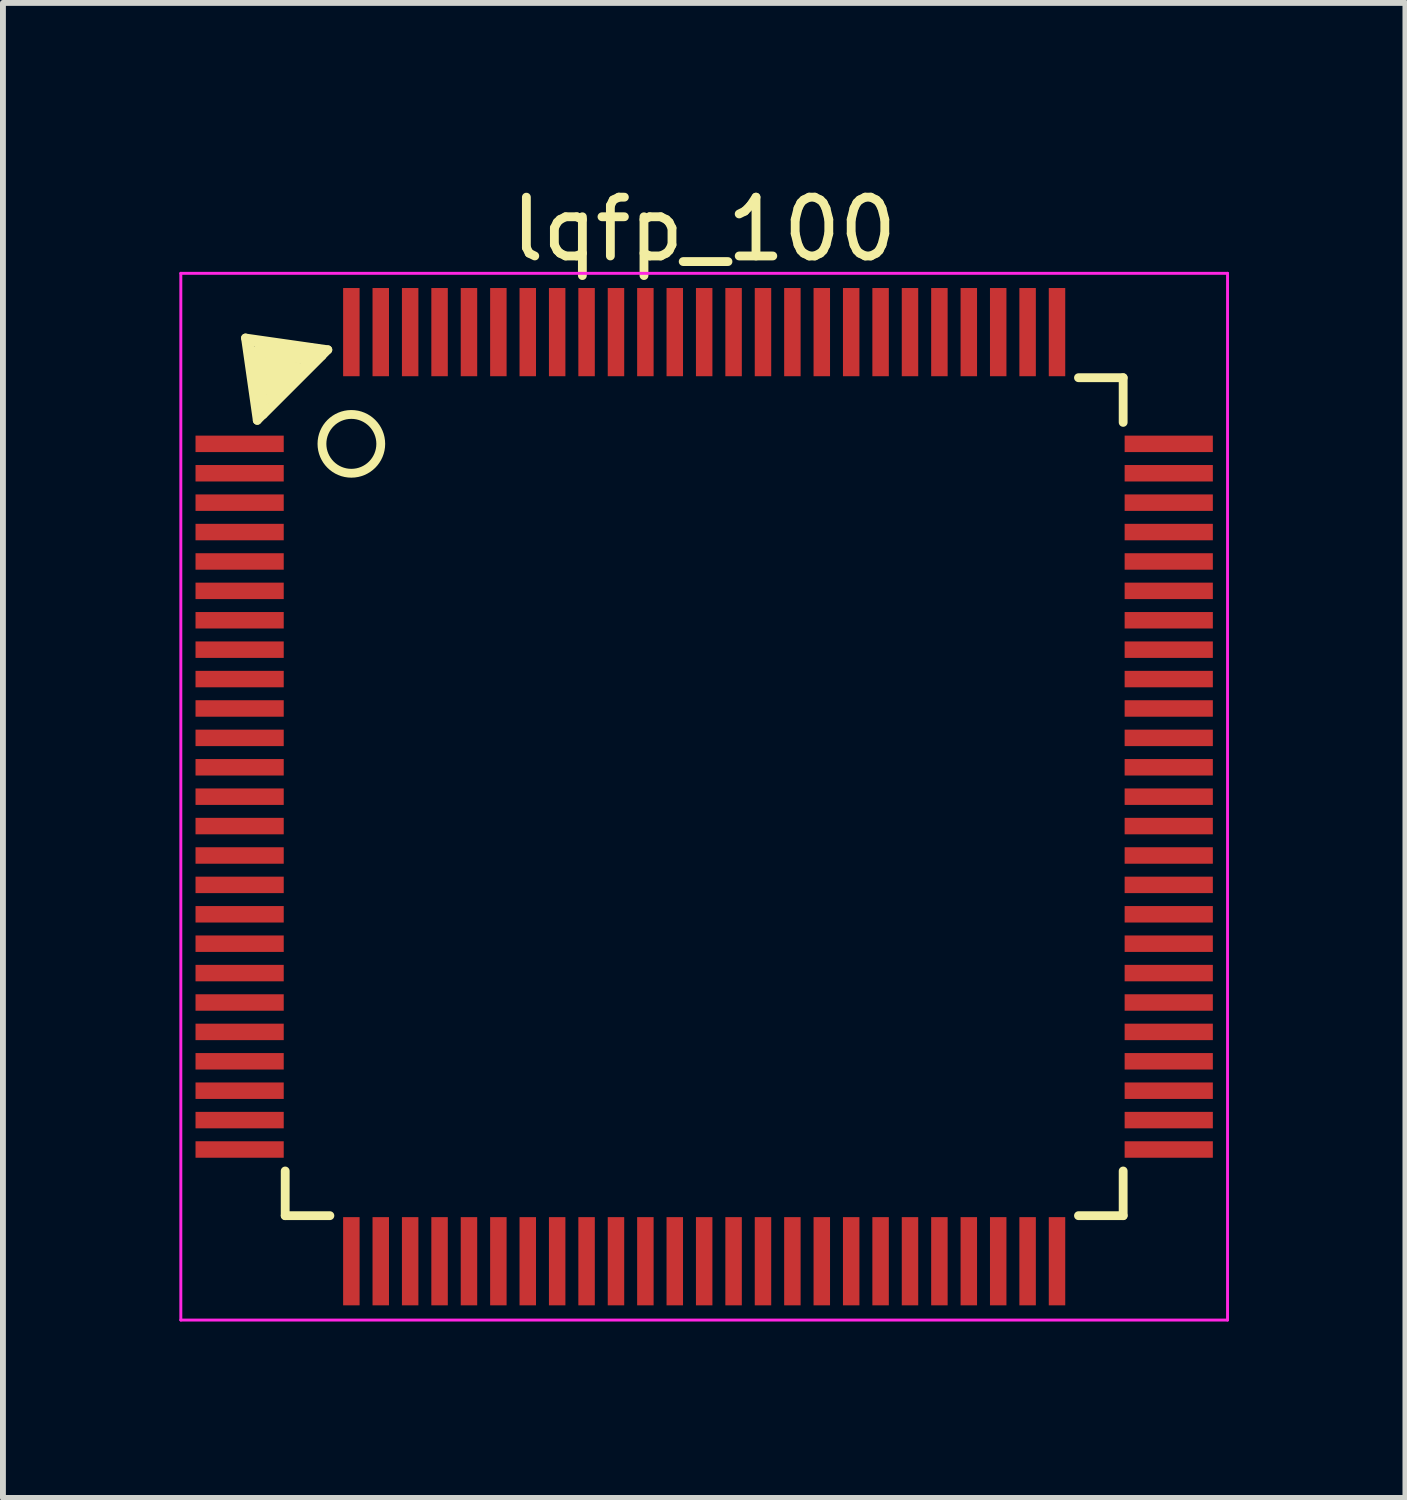
<source format=kicad_pcb>
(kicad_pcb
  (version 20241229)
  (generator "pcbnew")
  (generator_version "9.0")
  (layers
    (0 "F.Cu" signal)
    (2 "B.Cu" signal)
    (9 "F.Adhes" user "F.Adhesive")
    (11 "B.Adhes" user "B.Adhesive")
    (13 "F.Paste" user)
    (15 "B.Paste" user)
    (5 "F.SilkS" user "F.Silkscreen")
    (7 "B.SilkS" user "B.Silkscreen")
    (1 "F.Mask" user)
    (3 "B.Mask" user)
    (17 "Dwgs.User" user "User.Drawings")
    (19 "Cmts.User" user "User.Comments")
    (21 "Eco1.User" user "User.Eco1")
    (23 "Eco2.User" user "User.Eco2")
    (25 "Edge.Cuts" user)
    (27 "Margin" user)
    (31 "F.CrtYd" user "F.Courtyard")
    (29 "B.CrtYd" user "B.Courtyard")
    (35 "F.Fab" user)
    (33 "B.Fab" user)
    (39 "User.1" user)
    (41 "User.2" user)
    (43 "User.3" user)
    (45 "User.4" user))
  (footprint "lqfp_100"
    (layer "F.Cu")
    (at 8.925 10.498)
    (property "Reference" "lqfp_100" (at 0 -9.65 0) (layer "F.SilkS") (effects (font (size 1 1) (thickness 0.15))))
    (attr smd)
    (fp_line (start -7.8 -7.8) (end -7.6 -6.4) (stroke (width 0.15) (type solid)) (layer "F.SilkS"))
    (fp_line (start -7.75 -7.75) (end -7.5 -6.5) (stroke (width 0.15) (type solid)) (layer "F.SilkS"))
    (fp_line (start -7.6 -7.6) (end -6.7 -7.4) (stroke (width 0.15) (type solid)) (layer "F.SilkS"))
    (fp_line (start -7.6 -7.5) (end -6.9 -7.3) (stroke (width 0.15) (type solid)) (layer "F.SilkS"))
    (fp_line (start -7.6 -6.4) (end -6.4 -7.6) (stroke (width 0.15) (type solid)) (layer "F.SilkS"))
    (fp_line (start -7.5 -7.4) (end -7.1 -7.2) (stroke (width 0.15) (type solid)) (layer "F.SilkS"))
    (fp_line (start -7.5 -6.7) (end -7.6 -7.5) (stroke (width 0.15) (type solid)) (layer "F.SilkS"))
    (fp_line (start -7.5 -6.5) (end -6.5 -7.5) (stroke (width 0.15) (type solid)) (layer "F.SilkS"))
    (fp_line (start -7.4 -7.2) (end -7.3 -7.2) (stroke (width 0.15) (type solid)) (layer "F.SilkS"))
    (fp_line (start -7.4 -6.9) (end -7.5 -7.4) (stroke (width 0.15) (type solid)) (layer "F.SilkS"))
    (fp_line (start -7.3 -7.2) (end -7.3 -7) (stroke (width 0.15) (type solid)) (layer "F.SilkS"))
    (fp_line (start -7.3 -7.1) (end -7.4 -7.2) (stroke (width 0.15) (type solid)) (layer "F.SilkS"))
    (fp_line (start -7.125 7.125) (end -7.125 6.365) (stroke (width 0.15) (type solid)) (layer "F.SilkS"))
    (fp_line (start -7.125 7.125) (end -6.365 7.125) (stroke (width 0.15) (type solid)) (layer "F.SilkS"))
    (fp_line (start -7.1 -7.3) (end -7.3 -7.1) (stroke (width 0.15) (type solid)) (layer "F.SilkS"))
    (fp_line (start -7.1 -7.2) (end -7.1 -7.3) (stroke (width 0.15) (type solid)) (layer "F.SilkS"))
    (fp_line (start -6.9 -7.3) (end -7.4 -6.9) (stroke (width 0.15) (type solid)) (layer "F.SilkS"))
    (fp_line (start -6.7 -7.4) (end -7.5 -6.7) (stroke (width 0.15) (type solid)) (layer "F.SilkS"))
    (fp_line (start -6.5 -7.5) (end -7.75 -7.75) (stroke (width 0.15) (type solid)) (layer "F.SilkS"))
    (fp_line (start -6.4 -7.6) (end -7.8 -7.8) (stroke (width 0.15) (type solid)) (layer "F.SilkS"))
    (fp_line (start 7.125 -7.125) (end 6.365 -7.125) (stroke (width 0.15) (type solid)) (layer "F.SilkS"))
    (fp_line (start 7.125 -7.125) (end 7.125 -6.365) (stroke (width 0.15) (type solid)) (layer "F.SilkS"))
    (fp_line (start 7.125 7.125) (end 6.365 7.125) (stroke (width 0.15) (type solid)) (layer "F.SilkS"))
    (fp_line (start 7.125 7.125) (end 7.125 6.365) (stroke (width 0.15) (type solid)) (layer "F.SilkS"))
    (fp_circle (center -6 -6) (end -5.5 -6) (stroke (width 0.15) (type solid)) (fill no) (layer "F.SilkS"))
    (fp_line (start -8.9 -8.9) (end -8.9 8.9) (stroke (width 0.05) (type solid)) (layer "F.CrtYd"))
    (fp_line (start -8.9 -8.9) (end 8.9 -8.9) (stroke (width 0.05) (type solid)) (layer "F.CrtYd"))
    (fp_line (start -8.9 8.9) (end 8.9 8.9) (stroke (width 0.05) (type solid)) (layer "F.CrtYd"))
    (fp_line (start 8.9 -8.9) (end 8.9 8.9) (stroke (width 0.05) (type solid)) (layer "F.CrtYd"))
    (pad "1" smd rect (at -7.9 -6) (size 1.5 0.28) (layers "F.Cu" "F.Mask" "F.Paste"))
    (pad "2" smd rect (at -7.9 -5.5) (size 1.5 0.28) (layers "F.Cu" "F.Mask" "F.Paste"))
    (pad "3" smd rect (at -7.9 -5) (size 1.5 0.28) (layers "F.Cu" "F.Mask" "F.Paste"))
    (pad "4" smd rect (at -7.9 -4.5) (size 1.5 0.28) (layers "F.Cu" "F.Mask" "F.Paste"))
    (pad "5" smd rect (at -7.9 -4) (size 1.5 0.28) (layers "F.Cu" "F.Mask" "F.Paste"))
    (pad "6" smd rect (at -7.9 -3.5) (size 1.5 0.28) (layers "F.Cu" "F.Mask" "F.Paste"))
    (pad "7" smd rect (at -7.9 -3) (size 1.5 0.28) (layers "F.Cu" "F.Mask" "F.Paste"))
    (pad "8" smd rect (at -7.9 -2.5) (size 1.5 0.28) (layers "F.Cu" "F.Mask" "F.Paste"))
    (pad "9" smd rect (at -7.9 -2) (size 1.5 0.28) (layers "F.Cu" "F.Mask" "F.Paste"))
    (pad "10" smd rect (at -7.9 -1.5) (size 1.5 0.28) (layers "F.Cu" "F.Mask" "F.Paste"))
    (pad "11" smd rect (at -7.9 -1) (size 1.5 0.28) (layers "F.Cu" "F.Mask" "F.Paste"))
    (pad "12" smd rect (at -7.9 -0.5) (size 1.5 0.28) (layers "F.Cu" "F.Mask" "F.Paste"))
    (pad "13" smd rect (at -7.9 0) (size 1.5 0.28) (layers "F.Cu" "F.Mask" "F.Paste"))
    (pad "14" smd rect (at -7.9 0.5) (size 1.5 0.28) (layers "F.Cu" "F.Mask" "F.Paste"))
    (pad "15" smd rect (at -7.9 1) (size 1.5 0.28) (layers "F.Cu" "F.Mask" "F.Paste"))
    (pad "16" smd rect (at -7.9 1.5) (size 1.5 0.28) (layers "F.Cu" "F.Mask" "F.Paste"))
    (pad "17" smd rect (at -7.9 2) (size 1.5 0.28) (layers "F.Cu" "F.Mask" "F.Paste"))
    (pad "18" smd rect (at -7.9 2.5) (size 1.5 0.28) (layers "F.Cu" "F.Mask" "F.Paste"))
    (pad "19" smd rect (at -7.9 3) (size 1.5 0.28) (layers "F.Cu" "F.Mask" "F.Paste"))
    (pad "20" smd rect (at -7.9 3.5) (size 1.5 0.28) (layers "F.Cu" "F.Mask" "F.Paste"))
    (pad "21" smd rect (at -7.9 4) (size 1.5 0.28) (layers "F.Cu" "F.Mask" "F.Paste"))
    (pad "22" smd rect (at -7.9 4.5) (size 1.5 0.28) (layers "F.Cu" "F.Mask" "F.Paste"))
    (pad "23" smd rect (at -7.9 5) (size 1.5 0.28) (layers "F.Cu" "F.Mask" "F.Paste"))
    (pad "24" smd rect (at -7.9 5.5) (size 1.5 0.28) (layers "F.Cu" "F.Mask" "F.Paste"))
    (pad "25" smd rect (at -7.9 6) (size 1.5 0.28) (layers "F.Cu" "F.Mask" "F.Paste"))
    (pad "26" smd rect (at -6 7.9 90) (size 1.5 0.28) (layers "F.Cu" "F.Mask" "F.Paste"))
    (pad "27" smd rect (at -5.5 7.9 90) (size 1.5 0.28) (layers "F.Cu" "F.Mask" "F.Paste"))
    (pad "28" smd rect (at -5 7.9 90) (size 1.5 0.28) (layers "F.Cu" "F.Mask" "F.Paste"))
    (pad "29" smd rect (at -4.5 7.9 90) (size 1.5 0.28) (layers "F.Cu" "F.Mask" "F.Paste"))
    (pad "30" smd rect (at -4 7.9 90) (size 1.5 0.28) (layers "F.Cu" "F.Mask" "F.Paste"))
    (pad "31" smd rect (at -3.5 7.9 90) (size 1.5 0.28) (layers "F.Cu" "F.Mask" "F.Paste"))
    (pad "32" smd rect (at -3 7.9 90) (size 1.5 0.28) (layers "F.Cu" "F.Mask" "F.Paste"))
    (pad "33" smd rect (at -2.5 7.9 90) (size 1.5 0.28) (layers "F.Cu" "F.Mask" "F.Paste"))
    (pad "34" smd rect (at -2 7.9 90) (size 1.5 0.28) (layers "F.Cu" "F.Mask" "F.Paste"))
    (pad "35" smd rect (at -1.5 7.9 90) (size 1.5 0.28) (layers "F.Cu" "F.Mask" "F.Paste"))
    (pad "36" smd rect (at -1 7.9 90) (size 1.5 0.28) (layers "F.Cu" "F.Mask" "F.Paste"))
    (pad "37" smd rect (at -0.5 7.9 90) (size 1.5 0.28) (layers "F.Cu" "F.Mask" "F.Paste"))
    (pad "38" smd rect (at 0 7.9 90) (size 1.5 0.28) (layers "F.Cu" "F.Mask" "F.Paste"))
    (pad "39" smd rect (at 0.5 7.9 90) (size 1.5 0.28) (layers "F.Cu" "F.Mask" "F.Paste"))
    (pad "40" smd rect (at 1 7.9 90) (size 1.5 0.28) (layers "F.Cu" "F.Mask" "F.Paste"))
    (pad "41" smd rect (at 1.5 7.9 90) (size 1.5 0.28) (layers "F.Cu" "F.Mask" "F.Paste"))
    (pad "42" smd rect (at 2 7.9 90) (size 1.5 0.28) (layers "F.Cu" "F.Mask" "F.Paste"))
    (pad "43" smd rect (at 2.5 7.9 90) (size 1.5 0.28) (layers "F.Cu" "F.Mask" "F.Paste"))
    (pad "44" smd rect (at 3 7.9 90) (size 1.5 0.28) (layers "F.Cu" "F.Mask" "F.Paste"))
    (pad "45" smd rect (at 3.5 7.9 90) (size 1.5 0.28) (layers "F.Cu" "F.Mask" "F.Paste"))
    (pad "46" smd rect (at 4 7.9 90) (size 1.5 0.28) (layers "F.Cu" "F.Mask" "F.Paste"))
    (pad "47" smd rect (at 4.5 7.9 90) (size 1.5 0.28) (layers "F.Cu" "F.Mask" "F.Paste"))
    (pad "48" smd rect (at 5 7.9 90) (size 1.5 0.28) (layers "F.Cu" "F.Mask" "F.Paste"))
    (pad "49" smd rect (at 5.5 7.9 90) (size 1.5 0.28) (layers "F.Cu" "F.Mask" "F.Paste"))
    (pad "50" smd rect (at 6 7.9 90) (size 1.5 0.28) (layers "F.Cu" "F.Mask" "F.Paste"))
    (pad "51" smd rect (at 7.9 6) (size 1.5 0.28) (layers "F.Cu" "F.Mask" "F.Paste"))
    (pad "52" smd rect (at 7.9 5.5) (size 1.5 0.28) (layers "F.Cu" "F.Mask" "F.Paste"))
    (pad "53" smd rect (at 7.9 5) (size 1.5 0.28) (layers "F.Cu" "F.Mask" "F.Paste"))
    (pad "54" smd rect (at 7.9 4.5) (size 1.5 0.28) (layers "F.Cu" "F.Mask" "F.Paste"))
    (pad "55" smd rect (at 7.9 4) (size 1.5 0.28) (layers "F.Cu" "F.Mask" "F.Paste"))
    (pad "56" smd rect (at 7.9 3.5) (size 1.5 0.28) (layers "F.Cu" "F.Mask" "F.Paste"))
    (pad "57" smd rect (at 7.9 3) (size 1.5 0.28) (layers "F.Cu" "F.Mask" "F.Paste"))
    (pad "58" smd rect (at 7.9 2.5) (size 1.5 0.28) (layers "F.Cu" "F.Mask" "F.Paste"))
    (pad "59" smd rect (at 7.9 2) (size 1.5 0.28) (layers "F.Cu" "F.Mask" "F.Paste"))
    (pad "60" smd rect (at 7.9 1.5) (size 1.5 0.28) (layers "F.Cu" "F.Mask" "F.Paste"))
    (pad "61" smd rect (at 7.9 1) (size 1.5 0.28) (layers "F.Cu" "F.Mask" "F.Paste"))
    (pad "62" smd rect (at 7.9 0.5) (size 1.5 0.28) (layers "F.Cu" "F.Mask" "F.Paste"))
    (pad "63" smd rect (at 7.9 0) (size 1.5 0.28) (layers "F.Cu" "F.Mask" "F.Paste"))
    (pad "64" smd rect (at 7.9 -0.5) (size 1.5 0.28) (layers "F.Cu" "F.Mask" "F.Paste"))
    (pad "65" smd rect (at 7.9 -1) (size 1.5 0.28) (layers "F.Cu" "F.Mask" "F.Paste"))
    (pad "66" smd rect (at 7.9 -1.5) (size 1.5 0.28) (layers "F.Cu" "F.Mask" "F.Paste"))
    (pad "67" smd rect (at 7.9 -2) (size 1.5 0.28) (layers "F.Cu" "F.Mask" "F.Paste"))
    (pad "68" smd rect (at 7.9 -2.5) (size 1.5 0.28) (layers "F.Cu" "F.Mask" "F.Paste"))
    (pad "69" smd rect (at 7.9 -3) (size 1.5 0.28) (layers "F.Cu" "F.Mask" "F.Paste"))
    (pad "70" smd rect (at 7.9 -3.5) (size 1.5 0.28) (layers "F.Cu" "F.Mask" "F.Paste"))
    (pad "71" smd rect (at 7.9 -4) (size 1.5 0.28) (layers "F.Cu" "F.Mask" "F.Paste"))
    (pad "72" smd rect (at 7.9 -4.5) (size 1.5 0.28) (layers "F.Cu" "F.Mask" "F.Paste"))
    (pad "73" smd rect (at 7.9 -5) (size 1.5 0.28) (layers "F.Cu" "F.Mask" "F.Paste"))
    (pad "74" smd rect (at 7.9 -5.5) (size 1.5 0.28) (layers "F.Cu" "F.Mask" "F.Paste"))
    (pad "75" smd rect (at 7.9 -6) (size 1.5 0.28) (layers "F.Cu" "F.Mask" "F.Paste"))
    (pad "76" smd rect (at 6 -7.9 90) (size 1.5 0.28) (layers "F.Cu" "F.Mask" "F.Paste"))
    (pad "77" smd rect (at 5.5 -7.9 90) (size 1.5 0.28) (layers "F.Cu" "F.Mask" "F.Paste"))
    (pad "78" smd rect (at 5 -7.9 90) (size 1.5 0.28) (layers "F.Cu" "F.Mask" "F.Paste"))
    (pad "79" smd rect (at 4.5 -7.9 90) (size 1.5 0.28) (layers "F.Cu" "F.Mask" "F.Paste"))
    (pad "80" smd rect (at 4 -7.9 90) (size 1.5 0.28) (layers "F.Cu" "F.Mask" "F.Paste"))
    (pad "81" smd rect (at 3.5 -7.9 90) (size 1.5 0.28) (layers "F.Cu" "F.Mask" "F.Paste"))
    (pad "82" smd rect (at 3 -7.9 90) (size 1.5 0.28) (layers "F.Cu" "F.Mask" "F.Paste"))
    (pad "83" smd rect (at 2.5 -7.9 90) (size 1.5 0.28) (layers "F.Cu" "F.Mask" "F.Paste"))
    (pad "84" smd rect (at 2 -7.9 90) (size 1.5 0.28) (layers "F.Cu" "F.Mask" "F.Paste"))
    (pad "85" smd rect (at 1.5 -7.9 90) (size 1.5 0.28) (layers "F.Cu" "F.Mask" "F.Paste"))
    (pad "86" smd rect (at 1 -7.9 90) (size 1.5 0.28) (layers "F.Cu" "F.Mask" "F.Paste"))
    (pad "87" smd rect (at 0.5 -7.9 90) (size 1.5 0.28) (layers "F.Cu" "F.Mask" "F.Paste"))
    (pad "88" smd rect (at 0 -7.9 90) (size 1.5 0.28) (layers "F.Cu" "F.Mask" "F.Paste"))
    (pad "89" smd rect (at -0.5 -7.9 90) (size 1.5 0.28) (layers "F.Cu" "F.Mask" "F.Paste"))
    (pad "90" smd rect (at -1 -7.9 90) (size 1.5 0.28) (layers "F.Cu" "F.Mask" "F.Paste"))
    (pad "91" smd rect (at -1.5 -7.9 90) (size 1.5 0.28) (layers "F.Cu" "F.Mask" "F.Paste"))
    (pad "92" smd rect (at -2 -7.9 90) (size 1.5 0.28) (layers "F.Cu" "F.Mask" "F.Paste"))
    (pad "93" smd rect (at -2.5 -7.9 90) (size 1.5 0.28) (layers "F.Cu" "F.Mask" "F.Paste"))
    (pad "94" smd rect (at -3 -7.9 90) (size 1.5 0.28) (layers "F.Cu" "F.Mask" "F.Paste"))
    (pad "95" smd rect (at -3.5 -7.9 90) (size 1.5 0.28) (layers "F.Cu" "F.Mask" "F.Paste"))
    (pad "96" smd rect (at -4 -7.9 90) (size 1.5 0.28) (layers "F.Cu" "F.Mask" "F.Paste"))
    (pad "97" smd rect (at -4.5 -7.9 90) (size 1.5 0.28) (layers "F.Cu" "F.Mask" "F.Paste"))
    (pad "98" smd rect (at -5 -7.9 90) (size 1.5 0.28) (layers "F.Cu" "F.Mask" "F.Paste"))
    (pad "99" smd rect (at -5.5 -7.9 90) (size 1.5 0.28) (layers "F.Cu" "F.Mask" "F.Paste"))
    (pad "100" smd rect (at -6 -7.9 90) (size 1.5 0.28) (layers "F.Cu" "F.Mask" "F.Paste")))
  (gr_rect
    (start -3 -3)
    (end 20.85 22.423)
    (stroke (width 0.1) (type default))
    (fill no)
    (layer "Edge.Cuts")))
</source>
